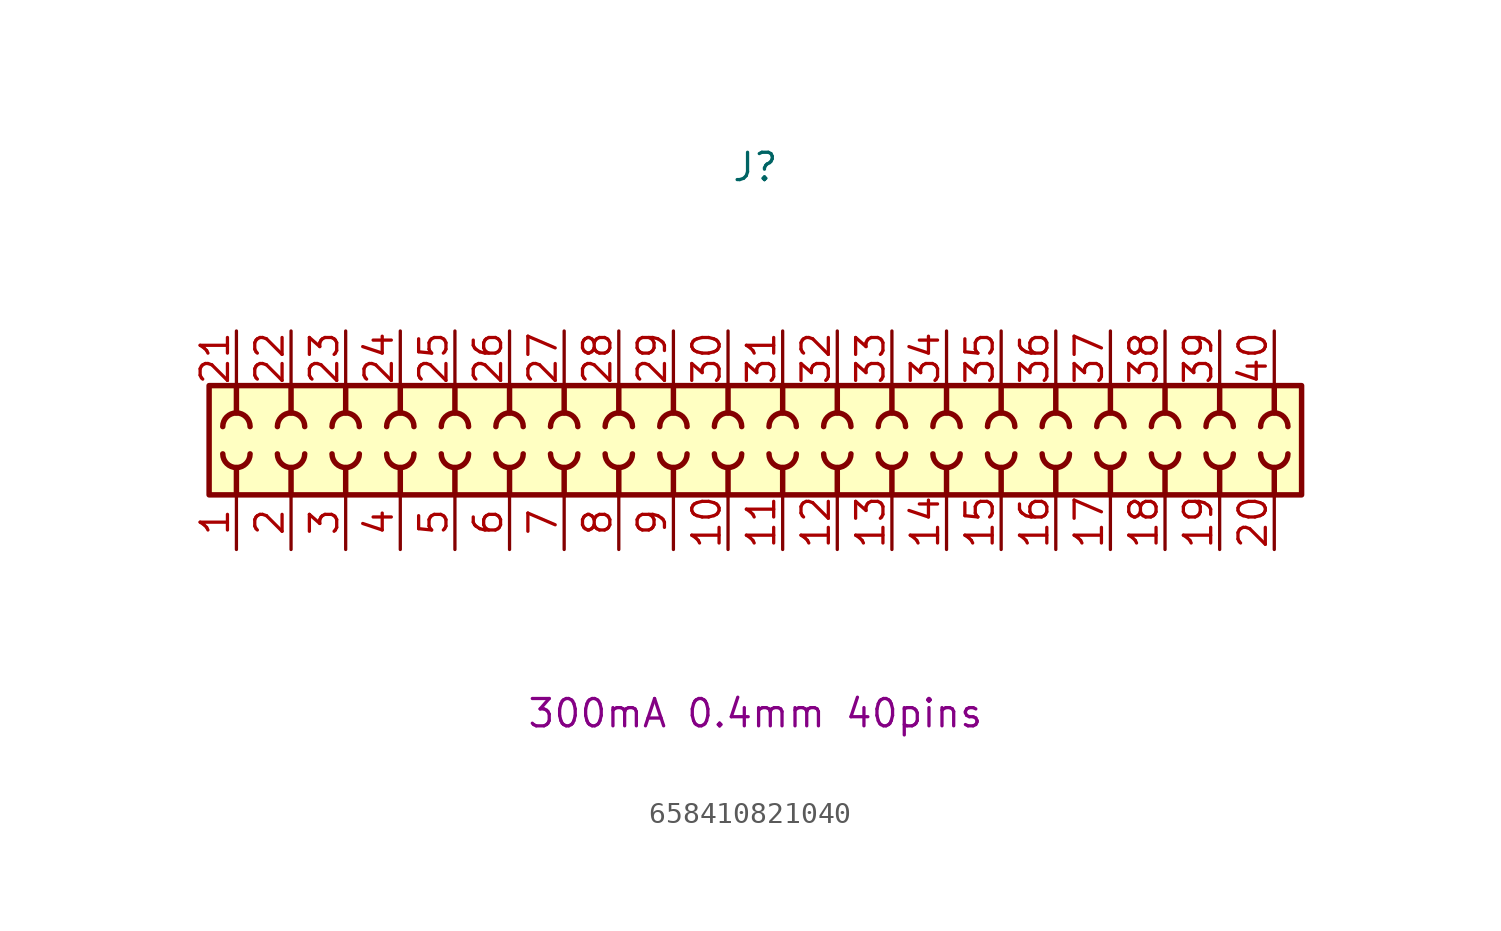
<source format=kicad_sym>
(kicad_symbol_lib
  (version 20241209)
  (generator "kicad_symbol_editor")
  (generator_version "9.0")
  (symbol "658410821040"
    (pin_names
      (hide yes))
    (property "Reference" "J"
      (at 0 12.7 0)
      (effects (font (size 1.27 1.27))))
    (property "Critical Parameter" "300mA 0.4mm 40pins"
      (at 0 -12.7 0)
      (effects (font (size 1.27 1.27))))
    (symbol "658410821040_0_1"
      (rectangle (start -25.4 2.54) (end 25.4 -2.54) (stroke (width 0.254) (type default)) (fill (type background)))
      (polyline (pts (xy -24.13 2.54) (xy -24.13 1.27)) (stroke (width 0.254) (type default)) (fill (type none)))
      (arc (start -24.765 0.635) (mid -24.13 1.2672) (end -23.495 0.635) (stroke (width 0.254) (type default)) (fill (type none)))
      (arc (start -23.495 -0.635) (mid -24.13 -1.2672) (end -24.765 -0.635) (stroke (width 0.254) (type default)) (fill (type none)))
      (polyline (pts (xy -24.13 -2.54) (xy -24.13 -1.27)) (stroke (width 0.254) (type default)) (fill (type none)))
      (polyline (pts (xy -21.59 2.54) (xy -21.59 1.27)) (stroke (width 0.254) (type default)) (fill (type none)))
      (arc (start -22.225 0.635) (mid -21.59 1.2672) (end -20.955 0.635) (stroke (width 0.254) (type default)) (fill (type none)))
      (arc (start -20.955 -0.635) (mid -21.59 -1.2672) (end -22.225 -0.635) (stroke (width 0.254) (type default)) (fill (type none)))
      (polyline (pts (xy -21.59 -2.54) (xy -21.59 -1.27)) (stroke (width 0.254) (type default)) (fill (type none)))
      (polyline (pts (xy -19.05 2.54) (xy -19.05 1.27)) (stroke (width 0.254) (type default)) (fill (type none)))
      (arc (start -19.685 0.635) (mid -19.05 1.2672) (end -18.415 0.635) (stroke (width 0.254) (type default)) (fill (type none)))
      (arc (start -18.415 -0.635) (mid -19.05 -1.2672) (end -19.685 -0.635) (stroke (width 0.254) (type default)) (fill (type none)))
      (polyline (pts (xy -19.05 -2.54) (xy -19.05 -1.27)) (stroke (width 0.254) (type default)) (fill (type none)))
      (polyline (pts (xy -16.51 2.54) (xy -16.51 1.27)) (stroke (width 0.254) (type default)) (fill (type none)))
      (arc (start -17.145 0.635) (mid -16.51 1.2672) (end -15.875 0.635) (stroke (width 0.254) (type default)) (fill (type none)))
      (arc (start -15.875 -0.635) (mid -16.51 -1.2672) (end -17.145 -0.635) (stroke (width 0.254) (type default)) (fill (type none)))
      (polyline (pts (xy -16.51 -2.54) (xy -16.51 -1.27)) (stroke (width 0.254) (type default)) (fill (type none)))
      (polyline (pts (xy -13.97 2.54) (xy -13.97 1.27)) (stroke (width 0.254) (type default)) (fill (type none)))
      (arc (start -14.605 0.635) (mid -13.97 1.2672) (end -13.335 0.635) (stroke (width 0.254) (type default)) (fill (type none)))
      (arc (start -13.335 -0.635) (mid -13.97 -1.2672) (end -14.605 -0.635) (stroke (width 0.254) (type default)) (fill (type none)))
      (polyline (pts (xy -13.97 -2.54) (xy -13.97 -1.27)) (stroke (width 0.254) (type default)) (fill (type none)))
      (polyline (pts (xy -11.43 2.54) (xy -11.43 1.27)) (stroke (width 0.254) (type default)) (fill (type none)))
      (arc (start -12.065 0.635) (mid -11.43 1.2672) (end -10.795 0.635) (stroke (width 0.254) (type default)) (fill (type none)))
      (arc (start -10.795 -0.635) (mid -11.43 -1.2672) (end -12.065 -0.635) (stroke (width 0.254) (type default)) (fill (type none)))
      (polyline (pts (xy -11.43 -2.54) (xy -11.43 -1.27)) (stroke (width 0.254) (type default)) (fill (type none)))
      (polyline (pts (xy -8.89 2.54) (xy -8.89 1.27)) (stroke (width 0.254) (type default)) (fill (type none)))
      (arc (start -9.525 0.635) (mid -8.89 1.2672) (end -8.255 0.635) (stroke (width 0.254) (type default)) (fill (type none)))
      (arc (start -8.255 -0.635) (mid -8.89 -1.2672) (end -9.525 -0.635) (stroke (width 0.254) (type default)) (fill (type none)))
      (polyline (pts (xy -8.89 -2.54) (xy -8.89 -1.27)) (stroke (width 0.254) (type default)) (fill (type none)))
      (polyline (pts (xy -6.35 2.54) (xy -6.35 1.27)) (stroke (width 0.254) (type default)) (fill (type none)))
      (arc (start -6.985 0.635) (mid -6.35 1.2672) (end -5.715 0.635) (stroke (width 0.254) (type default)) (fill (type none)))
      (arc (start -5.715 -0.635) (mid -6.35 -1.2672) (end -6.985 -0.635) (stroke (width 0.254) (type default)) (fill (type none)))
      (polyline (pts (xy -6.35 -2.54) (xy -6.35 -1.27)) (stroke (width 0.254) (type default)) (fill (type none)))
      (polyline (pts (xy -3.81 2.54) (xy -3.81 1.27)) (stroke (width 0.254) (type default)) (fill (type none)))
      (arc (start -4.445 0.635) (mid -3.81 1.2672) (end -3.175 0.635) (stroke (width 0.254) (type default)) (fill (type none)))
      (arc (start -3.175 -0.635) (mid -3.81 -1.2672) (end -4.445 -0.635) (stroke (width 0.254) (type default)) (fill (type none)))
      (polyline (pts (xy -3.81 -2.54) (xy -3.81 -1.27)) (stroke (width 0.254) (type default)) (fill (type none)))
      (polyline (pts (xy -1.27 2.54) (xy -1.27 1.27)) (stroke (width 0.254) (type default)) (fill (type none)))
      (arc (start -1.905 0.635) (mid -1.27 1.2672) (end -0.635 0.635) (stroke (width 0.254) (type default)) (fill (type none)))
      (arc (start -0.635 -0.635) (mid -1.27 -1.2672) (end -1.905 -0.635) (stroke (width 0.254) (type default)) (fill (type none)))
      (polyline (pts (xy -1.27 -2.54) (xy -1.27 -1.27)) (stroke (width 0.254) (type default)) (fill (type none)))
      (polyline (pts (xy 1.27 2.54) (xy 1.27 1.27)) (stroke (width 0.254) (type default)) (fill (type none)))
      (arc (start 0.635 0.635) (mid 1.27 1.2672) (end 1.905 0.635) (stroke (width 0.254) (type default)) (fill (type none)))
      (arc (start 1.905 -0.635) (mid 1.27 -1.2672) (end 0.635 -0.635) (stroke (width 0.254) (type default)) (fill (type none)))
      (polyline (pts (xy 1.27 -2.54) (xy 1.27 -1.27)) (stroke (width 0.254) (type default)) (fill (type none)))
      (polyline (pts (xy 3.81 2.54) (xy 3.81 1.27)) (stroke (width 0.254) (type default)) (fill (type none)))
      (arc (start 3.175 0.635) (mid 3.81 1.2672) (end 4.445 0.635) (stroke (width 0.254) (type default)) (fill (type none)))
      (arc (start 4.445 -0.635) (mid 3.81 -1.2672) (end 3.175 -0.635) (stroke (width 0.254) (type default)) (fill (type none)))
      (polyline (pts (xy 3.81 -2.54) (xy 3.81 -1.27)) (stroke (width 0.254) (type default)) (fill (type none)))
      (polyline (pts (xy 6.35 2.54) (xy 6.35 1.27)) (stroke (width 0.254) (type default)) (fill (type none)))
      (arc (start 5.715 0.635) (mid 6.35 1.2672) (end 6.985 0.635) (stroke (width 0.254) (type default)) (fill (type none)))
      (arc (start 6.985 -0.635) (mid 6.35 -1.2672) (end 5.715 -0.635) (stroke (width 0.254) (type default)) (fill (type none)))
      (polyline (pts (xy 6.35 -2.54) (xy 6.35 -1.27)) (stroke (width 0.254) (type default)) (fill (type none)))
      (polyline (pts (xy 8.89 2.54) (xy 8.89 1.27)) (stroke (width 0.254) (type default)) (fill (type none)))
      (arc (start 8.255 0.635) (mid 8.89 1.2672) (end 9.525 0.635) (stroke (width 0.254) (type default)) (fill (type none)))
      (arc (start 9.525 -0.635) (mid 8.89 -1.2672) (end 8.255 -0.635) (stroke (width 0.254) (type default)) (fill (type none)))
      (polyline (pts (xy 8.89 -2.54) (xy 8.89 -1.27)) (stroke (width 0.254) (type default)) (fill (type none)))
      (polyline (pts (xy 11.43 2.54) (xy 11.43 1.27)) (stroke (width 0.254) (type default)) (fill (type none)))
      (arc (start 10.795 0.635) (mid 11.43 1.2672) (end 12.065 0.635) (stroke (width 0.254) (type default)) (fill (type none)))
      (arc (start 12.065 -0.635) (mid 11.43 -1.2672) (end 10.795 -0.635) (stroke (width 0.254) (type default)) (fill (type none)))
      (polyline (pts (xy 11.43 -2.54) (xy 11.43 -1.27)) (stroke (width 0.254) (type default)) (fill (type none)))
      (polyline (pts (xy 13.97 2.54) (xy 13.97 1.27)) (stroke (width 0.254) (type default)) (fill (type none)))
      (arc (start 13.335 0.635) (mid 13.97 1.2672) (end 14.605 0.635) (stroke (width 0.254) (type default)) (fill (type none)))
      (arc (start 14.605 -0.635) (mid 13.97 -1.2672) (end 13.335 -0.635) (stroke (width 0.254) (type default)) (fill (type none)))
      (polyline (pts (xy 13.97 -2.54) (xy 13.97 -1.27)) (stroke (width 0.254) (type default)) (fill (type none)))
      (polyline (pts (xy 16.51 2.54) (xy 16.51 1.27)) (stroke (width 0.254) (type default)) (fill (type none)))
      (arc (start 15.875 0.635) (mid 16.51 1.2672) (end 17.145 0.635) (stroke (width 0.254) (type default)) (fill (type none)))
      (arc (start 17.145 -0.635) (mid 16.51 -1.2672) (end 15.875 -0.635) (stroke (width 0.254) (type default)) (fill (type none)))
      (polyline (pts (xy 16.51 -2.54) (xy 16.51 -1.27)) (stroke (width 0.254) (type default)) (fill (type none)))
      (polyline (pts (xy 19.05 2.54) (xy 19.05 1.27)) (stroke (width 0.254) (type default)) (fill (type none)))
      (arc (start 18.415 0.635) (mid 19.05 1.2672) (end 19.685 0.635) (stroke (width 0.254) (type default)) (fill (type none)))
      (arc (start 19.685 -0.635) (mid 19.05 -1.2672) (end 18.415 -0.635) (stroke (width 0.254) (type default)) (fill (type none)))
      (polyline (pts (xy 19.05 -2.54) (xy 19.05 -1.27)) (stroke (width 0.254) (type default)) (fill (type none)))
      (polyline (pts (xy 21.59 2.54) (xy 21.59 1.27)) (stroke (width 0.254) (type default)) (fill (type none)))
      (arc (start 20.955 0.635) (mid 21.59 1.2672) (end 22.225 0.635) (stroke (width 0.254) (type default)) (fill (type none)))
      (arc (start 22.225 -0.635) (mid 21.59 -1.2672) (end 20.955 -0.635) (stroke (width 0.254) (type default)) (fill (type none)))
      (polyline (pts (xy 21.59 -2.54) (xy 21.59 -1.27)) (stroke (width 0.254) (type default)) (fill (type none)))
      (polyline (pts (xy 24.13 2.54) (xy 24.13 1.27)) (stroke (width 0.254) (type default)) (fill (type none)))
      (arc (start 23.495 0.635) (mid 24.13 1.2672) (end 24.765 0.635) (stroke (width 0.254) (type default)) (fill (type none)))
      (arc (start 24.765 -0.635) (mid 24.13 -1.2672) (end 23.495 -0.635) (stroke (width 0.254) (type default)) (fill (type none)))
      (polyline (pts (xy 24.13 -2.54) (xy 24.13 -1.27)) (stroke (width 0.254) (type default)) (fill (type none))))
    (symbol "658410821040_1_1"
      (pin passive line (at -24.13 5.08 270) (length 2.54) (name "21" (effects (font (size 1.27 1.27)))) (number "21" (effects (font (size 1.27 1.27)))))
      (pin passive line (at -24.13 -5.08 90) (length 2.54) (name "1" (effects (font (size 1.27 1.27)))) (number "1" (effects (font (size 1.27 1.27)))))
      (pin passive line (at -21.59 5.08 270) (length 2.54) (name "22" (effects (font (size 1.27 1.27)))) (number "22" (effects (font (size 1.27 1.27)))))
      (pin passive line (at -21.59 -5.08 90) (length 2.54) (name "2" (effects (font (size 1.27 1.27)))) (number "2" (effects (font (size 1.27 1.27)))))
      (pin passive line (at -19.05 5.08 270) (length 2.54) (name "23" (effects (font (size 1.27 1.27)))) (number "23" (effects (font (size 1.27 1.27)))))
      (pin passive line (at -19.05 -5.08 90) (length 2.54) (name "3" (effects (font (size 1.27 1.27)))) (number "3" (effects (font (size 1.27 1.27)))))
      (pin passive line (at -16.51 5.08 270) (length 2.54) (name "24" (effects (font (size 1.27 1.27)))) (number "24" (effects (font (size 1.27 1.27)))))
      (pin passive line (at -16.51 -5.08 90) (length 2.54) (name "4" (effects (font (size 1.27 1.27)))) (number "4" (effects (font (size 1.27 1.27)))))
      (pin passive line (at -13.97 5.08 270) (length 2.54) (name "25" (effects (font (size 1.27 1.27)))) (number "25" (effects (font (size 1.27 1.27)))))
      (pin passive line (at -13.97 -5.08 90) (length 2.54) (name "5" (effects (font (size 1.27 1.27)))) (number "5" (effects (font (size 1.27 1.27)))))
      (pin passive line (at -11.43 5.08 270) (length 2.54) (name "26" (effects (font (size 1.27 1.27)))) (number "26" (effects (font (size 1.27 1.27)))))
      (pin passive line (at -11.43 -5.08 90) (length 2.54) (name "6" (effects (font (size 1.27 1.27)))) (number "6" (effects (font (size 1.27 1.27)))))
      (pin passive line (at -8.89 5.08 270) (length 2.54) (name "27" (effects (font (size 1.27 1.27)))) (number "27" (effects (font (size 1.27 1.27)))))
      (pin passive line (at -8.89 -5.08 90) (length 2.54) (name "7" (effects (font (size 1.27 1.27)))) (number "7" (effects (font (size 1.27 1.27)))))
      (pin passive line (at -6.35 5.08 270) (length 2.54) (name "28" (effects (font (size 1.27 1.27)))) (number "28" (effects (font (size 1.27 1.27)))))
      (pin passive line (at -6.35 -5.08 90) (length 2.54) (name "8" (effects (font (size 1.27 1.27)))) (number "8" (effects (font (size 1.27 1.27)))))
      (pin passive line (at -3.81 5.08 270) (length 2.54) (name "29" (effects (font (size 1.27 1.27)))) (number "29" (effects (font (size 1.27 1.27)))))
      (pin passive line (at -3.81 -5.08 90) (length 2.54) (name "9" (effects (font (size 1.27 1.27)))) (number "9" (effects (font (size 1.27 1.27)))))
      (pin passive line (at -1.27 5.08 270) (length 2.54) (name "30" (effects (font (size 1.27 1.27)))) (number "30" (effects (font (size 1.27 1.27)))))
      (pin passive line (at -1.27 -5.08 90) (length 2.54) (name "10" (effects (font (size 1.27 1.27)))) (number "10" (effects (font (size 1.27 1.27)))))
      (pin passive line (at 1.27 5.08 270) (length 2.54) (name "31" (effects (font (size 1.27 1.27)))) (number "31" (effects (font (size 1.27 1.27)))))
      (pin passive line (at 1.27 -5.08 90) (length 2.54) (name "11" (effects (font (size 1.27 1.27)))) (number "11" (effects (font (size 1.27 1.27)))))
      (pin passive line (at 3.81 5.08 270) (length 2.54) (name "32" (effects (font (size 1.27 1.27)))) (number "32" (effects (font (size 1.27 1.27)))))
      (pin passive line (at 3.81 -5.08 90) (length 2.54) (name "12" (effects (font (size 1.27 1.27)))) (number "12" (effects (font (size 1.27 1.27)))))
      (pin passive line (at 6.35 5.08 270) (length 2.54) (name "33" (effects (font (size 1.27 1.27)))) (number "33" (effects (font (size 1.27 1.27)))))
      (pin passive line (at 6.35 -5.08 90) (length 2.54) (name "13" (effects (font (size 1.27 1.27)))) (number "13" (effects (font (size 1.27 1.27)))))
      (pin passive line (at 8.89 5.08 270) (length 2.54) (name "34" (effects (font (size 1.27 1.27)))) (number "34" (effects (font (size 1.27 1.27)))))
      (pin passive line (at 8.89 -5.08 90) (length 2.54) (name "14" (effects (font (size 1.27 1.27)))) (number "14" (effects (font (size 1.27 1.27)))))
      (pin passive line (at 11.43 5.08 270) (length 2.54) (name "35" (effects (font (size 1.27 1.27)))) (number "35" (effects (font (size 1.27 1.27)))))
      (pin passive line (at 11.43 -5.08 90) (length 2.54) (name "15" (effects (font (size 1.27 1.27)))) (number "15" (effects (font (size 1.27 1.27)))))
      (pin passive line (at 13.97 5.08 270) (length 2.54) (name "36" (effects (font (size 1.27 1.27)))) (number "36" (effects (font (size 1.27 1.27)))))
      (pin passive line (at 13.97 -5.08 90) (length 2.54) (name "16" (effects (font (size 1.27 1.27)))) (number "16" (effects (font (size 1.27 1.27)))))
      (pin passive line (at 16.51 5.08 270) (length 2.54) (name "37" (effects (font (size 1.27 1.27)))) (number "37" (effects (font (size 1.27 1.27)))))
      (pin passive line (at 16.51 -5.08 90) (length 2.54) (name "17" (effects (font (size 1.27 1.27)))) (number "17" (effects (font (size 1.27 1.27)))))
      (pin passive line (at 19.05 5.08 270) (length 2.54) (name "38" (effects (font (size 1.27 1.27)))) (number "38" (effects (font (size 1.27 1.27)))))
      (pin passive line (at 19.05 -5.08 90) (length 2.54) (name "18" (effects (font (size 1.27 1.27)))) (number "18" (effects (font (size 1.27 1.27)))))
      (pin passive line (at 21.59 5.08 270) (length 2.54) (name "39" (effects (font (size 1.27 1.27)))) (number "39" (effects (font (size 1.27 1.27)))))
      (pin passive line (at 21.59 -5.08 90) (length 2.54) (name "19" (effects (font (size 1.27 1.27)))) (number "19" (effects (font (size 1.27 1.27)))))
      (pin passive line (at 24.13 5.08 270) (length 2.54) (name "40" (effects (font (size 1.27 1.27)))) (number "40" (effects (font (size 1.27 1.27)))))
      (pin passive line (at 24.13 -5.08 90) (length 2.54) (name "20" (effects (font (size 1.27 1.27)))) (number "20" (effects (font (size 1.27 1.27))))))))
</source>
